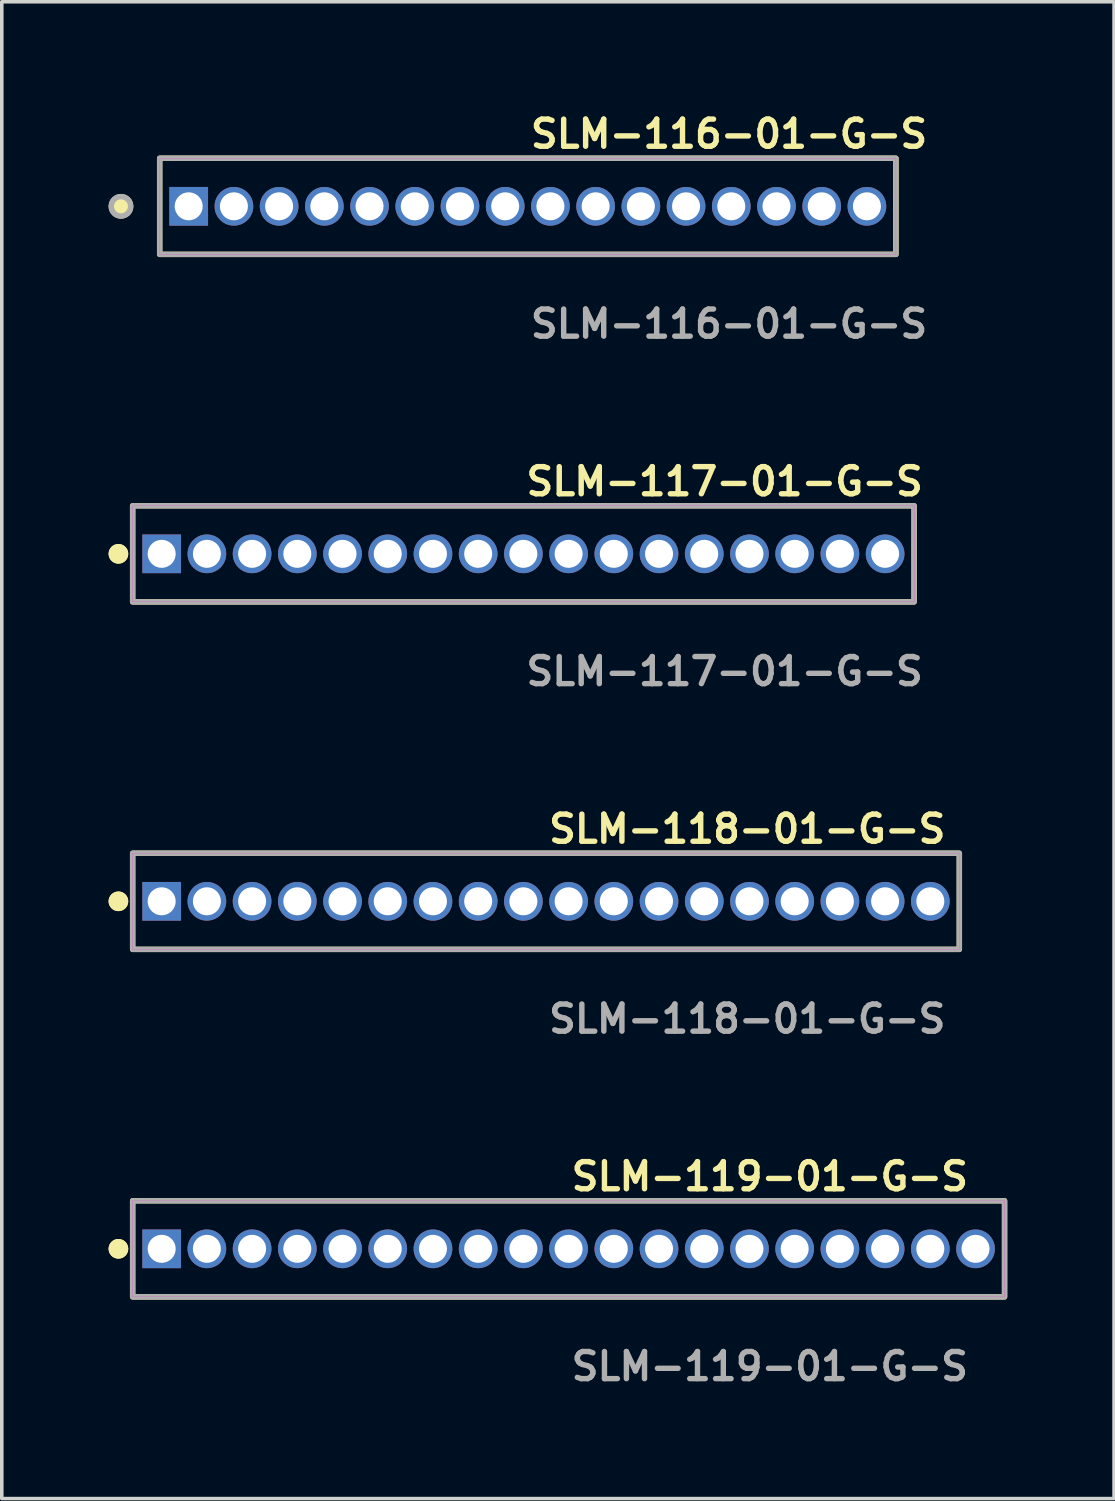
<source format=kicad_pcb>
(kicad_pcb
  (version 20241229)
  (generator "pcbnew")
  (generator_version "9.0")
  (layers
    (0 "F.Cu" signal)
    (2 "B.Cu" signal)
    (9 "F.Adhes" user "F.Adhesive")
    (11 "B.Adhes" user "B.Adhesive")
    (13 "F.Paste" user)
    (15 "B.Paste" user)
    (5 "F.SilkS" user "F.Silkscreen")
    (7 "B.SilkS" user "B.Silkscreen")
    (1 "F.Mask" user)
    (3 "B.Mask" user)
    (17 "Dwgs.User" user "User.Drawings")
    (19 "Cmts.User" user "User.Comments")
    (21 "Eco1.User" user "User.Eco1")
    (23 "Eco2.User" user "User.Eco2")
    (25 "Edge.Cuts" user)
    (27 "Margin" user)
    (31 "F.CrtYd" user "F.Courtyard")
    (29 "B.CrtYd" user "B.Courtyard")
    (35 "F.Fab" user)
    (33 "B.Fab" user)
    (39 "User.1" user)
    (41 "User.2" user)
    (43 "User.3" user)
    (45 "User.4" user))
  (footprint "SLM-119-01-G-S"
    (layer "F.Cu")
    (at 12.921 32.027)
    (property "Reference" "SLM-119-01-G-S" (at 0 -2.032 0) (unlocked yes) (layer "F.SilkS") (effects (font (size 0.762 0.762) (thickness 0.152)) (justify left)))
    (fp_rect (start -12.245 1.35) (end 12.245 -1.35) (stroke (width 0.152) (type solid)) (fill no) (layer "F.SilkS"))
    (fp_circle (center -12.645 0) (end -12.845 0) (stroke (width 0.152) (type solid)) (fill yes) (layer "F.SilkS"))
    (fp_circle (center -12.645 0) (end -12.845 0) (stroke (width 0.152) (type solid)) (fill yes) (layer "F.SilkS"))
    (fp_rect (start -12.245 1.35) (end 12.245 -1.35) (stroke (width 0.006) (type solid)) (fill no) (layer "F.CrtYd"))
    (fp_rect (start -12.245 1.35) (end 12.245 -1.35) (stroke (width 0.152) (type solid)) (fill no) (layer "F.Fab"))
    (fp_text user "${REFERENCE}" (at 0 3.302 0) (unlocked yes) (layer "F.Fab") (effects (font (size 0.762 0.762) (thickness 0.152)) (justify left)))
    (pad "1" thru_hole rect (at -11.43 0) (size 1.087 1.087) (drill 0.787) (layers "*.Cu" "*.Mask"))
    (pad "2" thru_hole circle (at -10.16 0) (size 1.087 1.087) (drill 0.787) (layers "*.Cu" "*.Mask"))
    (pad "3" thru_hole circle (at -8.89 0) (size 1.087 1.087) (drill 0.787) (layers "*.Cu" "*.Mask"))
    (pad "4" thru_hole circle (at -7.62 0) (size 1.087 1.087) (drill 0.787) (layers "*.Cu" "*.Mask"))
    (pad "5" thru_hole circle (at -6.35 0) (size 1.087 1.087) (drill 0.787) (layers "*.Cu" "*.Mask"))
    (pad "6" thru_hole circle (at -5.08 0) (size 1.087 1.087) (drill 0.787) (layers "*.Cu" "*.Mask"))
    (pad "7" thru_hole circle (at -3.81 0) (size 1.087 1.087) (drill 0.787) (layers "*.Cu" "*.Mask"))
    (pad "8" thru_hole circle (at -2.54 0) (size 1.087 1.087) (drill 0.787) (layers "*.Cu" "*.Mask"))
    (pad "9" thru_hole circle (at -1.27 0) (size 1.087 1.087) (drill 0.787) (layers "*.Cu" "*.Mask"))
    (pad "10" thru_hole circle (at 0 0) (size 1.087 1.087) (drill 0.787) (layers "*.Cu" "*.Mask"))
    (pad "11" thru_hole circle (at 1.27 0) (size 1.087 1.087) (drill 0.787) (layers "*.Cu" "*.Mask"))
    (pad "12" thru_hole circle (at 2.54 0) (size 1.087 1.087) (drill 0.787) (layers "*.Cu" "*.Mask"))
    (pad "13" thru_hole circle (at 3.81 0) (size 1.087 1.087) (drill 0.787) (layers "*.Cu" "*.Mask"))
    (pad "14" thru_hole circle (at 5.08 0) (size 1.087 1.087) (drill 0.787) (layers "*.Cu" "*.Mask"))
    (pad "15" thru_hole circle (at 6.35 0) (size 1.087 1.087) (drill 0.787) (layers "*.Cu" "*.Mask"))
    (pad "16" thru_hole circle (at 7.62 0) (size 1.087 1.087) (drill 0.787) (layers "*.Cu" "*.Mask"))
    (pad "17" thru_hole circle (at 8.89 0) (size 1.087 1.087) (drill 0.787) (layers "*.Cu" "*.Mask"))
    (pad "18" thru_hole circle (at 10.16 0) (size 1.087 1.087) (drill 0.787) (layers "*.Cu" "*.Mask"))
    (pad "19" thru_hole circle (at 11.43 0) (size 1.087 1.087) (drill 0.787) (layers "*.Cu" "*.Mask")))
  (footprint "SLM-116-01-G-S"
    (layer "F.Cu")
    (at 11.775 2.745)
    (property "Reference" "SLM-116-01-G-S" (at 0 -2.032 0) (unlocked yes) (layer "F.SilkS") (effects (font (size 0.762 0.762) (thickness 0.152)) (justify left)))
    (fp_rect (start -10.34 1.35) (end 10.34 -1.35) (stroke (width 0.152) (type solid)) (fill no) (layer "F.SilkS"))
    (fp_circle (center -11.427 0) (end -11.699 0) (stroke (width 0.152) (type solid)) (fill yes) (layer "F.SilkS"))
    (fp_rect (start -10.34 1.35) (end 10.34 -1.35) (stroke (width 0.006) (type solid)) (fill no) (layer "F.CrtYd"))
    (fp_rect (start -10.34 1.35) (end 10.34 -1.35) (stroke (width 0.152) (type solid)) (fill no) (layer "F.Fab"))
    (fp_circle (center -11.427 0) (end -11.699 0) (stroke (width 0.152) (type solid)) (fill no) (layer "F.Fab"))
    (fp_text user "${REFERENCE}" (at 0 3.302 0) (unlocked yes) (layer "F.Fab") (effects (font (size 0.762 0.762) (thickness 0.152)) (justify left)))
    (pad "1" thru_hole rect (at -9.525 0) (size 1.087 1.087) (drill 0.787) (layers "*.Cu" "*.Mask"))
    (pad "2" thru_hole circle (at -8.255 0) (size 1.087 1.087) (drill 0.787) (layers "*.Cu" "*.Mask"))
    (pad "3" thru_hole circle (at -6.985 0) (size 1.087 1.087) (drill 0.787) (layers "*.Cu" "*.Mask"))
    (pad "4" thru_hole circle (at -5.715 0) (size 1.087 1.087) (drill 0.787) (layers "*.Cu" "*.Mask"))
    (pad "5" thru_hole circle (at -4.445 0) (size 1.087 1.087) (drill 0.787) (layers "*.Cu" "*.Mask"))
    (pad "6" thru_hole circle (at -3.175 0) (size 1.087 1.087) (drill 0.787) (layers "*.Cu" "*.Mask"))
    (pad "7" thru_hole circle (at -1.905 0) (size 1.087 1.087) (drill 0.787) (layers "*.Cu" "*.Mask"))
    (pad "8" thru_hole circle (at -0.635 0) (size 1.087 1.087) (drill 0.787) (layers "*.Cu" "*.Mask"))
    (pad "9" thru_hole circle (at 0.635 0) (size 1.087 1.087) (drill 0.787) (layers "*.Cu" "*.Mask"))
    (pad "10" thru_hole circle (at 1.905 0) (size 1.087 1.087) (drill 0.787) (layers "*.Cu" "*.Mask"))
    (pad "11" thru_hole circle (at 3.175 0) (size 1.087 1.087) (drill 0.787) (layers "*.Cu" "*.Mask"))
    (pad "12" thru_hole circle (at 4.445 0) (size 1.087 1.087) (drill 0.787) (layers "*.Cu" "*.Mask"))
    (pad "13" thru_hole circle (at 5.715 0) (size 1.087 1.087) (drill 0.787) (layers "*.Cu" "*.Mask"))
    (pad "14" thru_hole circle (at 6.985 0) (size 1.087 1.087) (drill 0.787) (layers "*.Cu" "*.Mask"))
    (pad "15" thru_hole circle (at 8.255 0) (size 1.087 1.087) (drill 0.787) (layers "*.Cu" "*.Mask"))
    (pad "16" thru_hole circle (at 9.525 0) (size 1.087 1.087) (drill 0.787) (layers "*.Cu" "*.Mask")))
  (footprint "SLM-118-01-G-S"
    (layer "F.Cu")
    (at 12.286 22.266)
    (property "Reference" "SLM-118-01-G-S" (at 0 -2.032 0) (unlocked yes) (layer "F.SilkS") (effects (font (size 0.762 0.762) (thickness 0.152)) (justify left)))
    (fp_rect (start -11.61 1.35) (end 11.61 -1.35) (stroke (width 0.152) (type solid)) (fill no) (layer "F.SilkS"))
    (fp_circle (center -12.01 0) (end -12.21 0) (stroke (width 0.152) (type solid)) (fill yes) (layer "F.SilkS"))
    (fp_circle (center -12.01 0) (end -12.21 0) (stroke (width 0.152) (type solid)) (fill yes) (layer "F.SilkS"))
    (fp_rect (start -11.61 1.35) (end 11.61 -1.35) (stroke (width 0.006) (type solid)) (fill no) (layer "F.CrtYd"))
    (fp_rect (start -11.61 1.35) (end 11.61 -1.35) (stroke (width 0.152) (type solid)) (fill no) (layer "F.Fab"))
    (fp_text user "${REFERENCE}" (at 0 3.302 0) (unlocked yes) (layer "F.Fab") (effects (font (size 0.762 0.762) (thickness 0.152)) (justify left)))
    (pad "1" thru_hole rect (at -10.795 0) (size 1.087 1.087) (drill 0.787) (layers "*.Cu" "*.Mask"))
    (pad "2" thru_hole circle (at -9.525 0) (size 1.087 1.087) (drill 0.787) (layers "*.Cu" "*.Mask"))
    (pad "3" thru_hole circle (at -8.255 0) (size 1.087 1.087) (drill 0.787) (layers "*.Cu" "*.Mask"))
    (pad "4" thru_hole circle (at -6.985 0) (size 1.087 1.087) (drill 0.787) (layers "*.Cu" "*.Mask"))
    (pad "5" thru_hole circle (at -5.715 0) (size 1.087 1.087) (drill 0.787) (layers "*.Cu" "*.Mask"))
    (pad "6" thru_hole circle (at -4.445 0) (size 1.087 1.087) (drill 0.787) (layers "*.Cu" "*.Mask"))
    (pad "7" thru_hole circle (at -3.175 0) (size 1.087 1.087) (drill 0.787) (layers "*.Cu" "*.Mask"))
    (pad "8" thru_hole circle (at -1.905 0) (size 1.087 1.087) (drill 0.787) (layers "*.Cu" "*.Mask"))
    (pad "9" thru_hole circle (at -0.635 0) (size 1.087 1.087) (drill 0.787) (layers "*.Cu" "*.Mask"))
    (pad "10" thru_hole circle (at 0.635 0) (size 1.087 1.087) (drill 0.787) (layers "*.Cu" "*.Mask"))
    (pad "11" thru_hole circle (at 1.905 0) (size 1.087 1.087) (drill 0.787) (layers "*.Cu" "*.Mask"))
    (pad "12" thru_hole circle (at 3.175 0) (size 1.087 1.087) (drill 0.787) (layers "*.Cu" "*.Mask"))
    (pad "13" thru_hole circle (at 4.445 0) (size 1.087 1.087) (drill 0.787) (layers "*.Cu" "*.Mask"))
    (pad "14" thru_hole circle (at 5.715 0) (size 1.087 1.087) (drill 0.787) (layers "*.Cu" "*.Mask"))
    (pad "15" thru_hole circle (at 6.985 0) (size 1.087 1.087) (drill 0.787) (layers "*.Cu" "*.Mask"))
    (pad "16" thru_hole circle (at 8.255 0) (size 1.087 1.087) (drill 0.787) (layers "*.Cu" "*.Mask"))
    (pad "17" thru_hole circle (at 9.525 0) (size 1.087 1.087) (drill 0.787) (layers "*.Cu" "*.Mask"))
    (pad "18" thru_hole circle (at 10.795 0) (size 1.087 1.087) (drill 0.787) (layers "*.Cu" "*.Mask")))
  (footprint "SLM-117-01-G-S"
    (layer "F.Cu")
    (at 11.651 12.506)
    (property "Reference" "SLM-117-01-G-S" (at 0 -2.032 0) (unlocked yes) (layer "F.SilkS") (effects (font (size 0.762 0.762) (thickness 0.152)) (justify left)))
    (fp_rect (start -10.975 1.35) (end 10.975 -1.35) (stroke (width 0.152) (type solid)) (fill no) (layer "F.SilkS"))
    (fp_circle (center -11.375 0) (end -11.575 0) (stroke (width 0.152) (type solid)) (fill yes) (layer "F.SilkS"))
    (fp_circle (center -11.375 0) (end -11.575 0) (stroke (width 0.152) (type solid)) (fill yes) (layer "F.SilkS"))
    (fp_rect (start -10.975 1.35) (end 10.975 -1.35) (stroke (width 0.006) (type solid)) (fill no) (layer "F.CrtYd"))
    (fp_rect (start -10.975 1.35) (end 10.975 -1.35) (stroke (width 0.152) (type solid)) (fill no) (layer "F.Fab"))
    (fp_text user "${REFERENCE}" (at 0 3.302 0) (unlocked yes) (layer "F.Fab") (effects (font (size 0.762 0.762) (thickness 0.152)) (justify left)))
    (pad "1" thru_hole rect (at -10.16 0) (size 1.087 1.087) (drill 0.787) (layers "*.Cu" "*.Mask"))
    (pad "2" thru_hole circle (at -8.89 0) (size 1.087 1.087) (drill 0.787) (layers "*.Cu" "*.Mask"))
    (pad "3" thru_hole circle (at -7.62 0) (size 1.087 1.087) (drill 0.787) (layers "*.Cu" "*.Mask"))
    (pad "4" thru_hole circle (at -6.35 0) (size 1.087 1.087) (drill 0.787) (layers "*.Cu" "*.Mask"))
    (pad "5" thru_hole circle (at -5.08 0) (size 1.087 1.087) (drill 0.787) (layers "*.Cu" "*.Mask"))
    (pad "6" thru_hole circle (at -3.81 0) (size 1.087 1.087) (drill 0.787) (layers "*.Cu" "*.Mask"))
    (pad "7" thru_hole circle (at -2.54 0) (size 1.087 1.087) (drill 0.787) (layers "*.Cu" "*.Mask"))
    (pad "8" thru_hole circle (at -1.27 0) (size 1.087 1.087) (drill 0.787) (layers "*.Cu" "*.Mask"))
    (pad "9" thru_hole circle (at 0 0) (size 1.087 1.087) (drill 0.787) (layers "*.Cu" "*.Mask"))
    (pad "10" thru_hole circle (at 1.27 0) (size 1.087 1.087) (drill 0.787) (layers "*.Cu" "*.Mask"))
    (pad "11" thru_hole circle (at 2.54 0) (size 1.087 1.087) (drill 0.787) (layers "*.Cu" "*.Mask"))
    (pad "12" thru_hole circle (at 3.81 0) (size 1.087 1.087) (drill 0.787) (layers "*.Cu" "*.Mask"))
    (pad "13" thru_hole circle (at 5.08 0) (size 1.087 1.087) (drill 0.787) (layers "*.Cu" "*.Mask"))
    (pad "14" thru_hole circle (at 6.35 0) (size 1.087 1.087) (drill 0.787) (layers "*.Cu" "*.Mask"))
    (pad "15" thru_hole circle (at 7.62 0) (size 1.087 1.087) (drill 0.787) (layers "*.Cu" "*.Mask"))
    (pad "16" thru_hole circle (at 8.89 0) (size 1.087 1.087) (drill 0.787) (layers "*.Cu" "*.Mask"))
    (pad "17" thru_hole circle (at 10.16 0) (size 1.087 1.087) (drill 0.787) (layers "*.Cu" "*.Mask")))
  (gr_rect
    (start -3 -3)
    (end 28.242 39.042)
    (stroke (width 0.1) (type default))
    (fill no)
    (layer "Edge.Cuts")))
</source>
